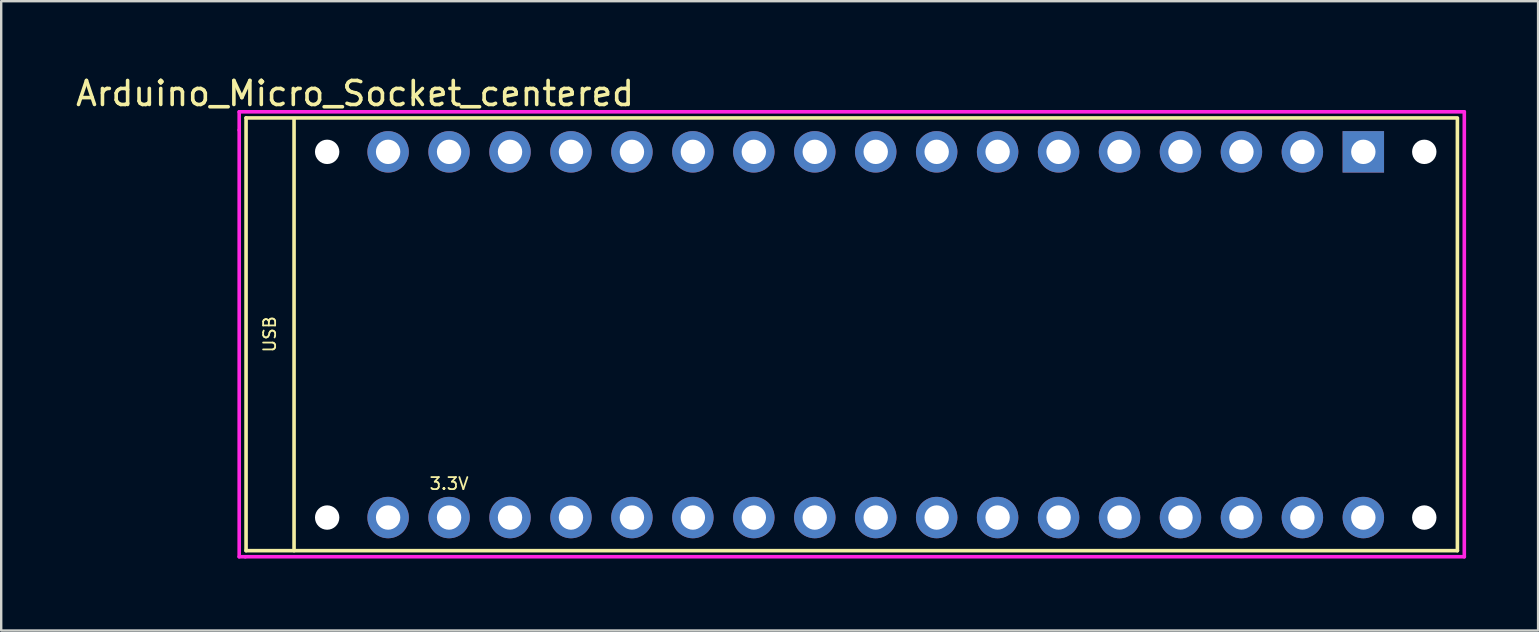
<source format=kicad_pcb>
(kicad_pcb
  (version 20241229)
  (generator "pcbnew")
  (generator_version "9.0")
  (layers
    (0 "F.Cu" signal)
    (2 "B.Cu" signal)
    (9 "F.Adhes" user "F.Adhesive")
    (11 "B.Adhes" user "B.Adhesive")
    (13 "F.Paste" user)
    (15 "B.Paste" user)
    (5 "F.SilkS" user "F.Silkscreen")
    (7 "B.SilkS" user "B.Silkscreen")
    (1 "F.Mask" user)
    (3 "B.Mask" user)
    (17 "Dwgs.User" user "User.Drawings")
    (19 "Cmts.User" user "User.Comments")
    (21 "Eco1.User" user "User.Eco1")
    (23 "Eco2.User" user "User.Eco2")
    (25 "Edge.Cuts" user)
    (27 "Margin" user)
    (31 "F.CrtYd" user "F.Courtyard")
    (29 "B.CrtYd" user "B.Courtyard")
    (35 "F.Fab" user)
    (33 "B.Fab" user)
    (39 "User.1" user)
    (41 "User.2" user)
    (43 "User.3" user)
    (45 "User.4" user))
  (footprint "Arduino_Micro_Socket_centered"
    (layer "F.Cu")
    (at 33.436 10.894)
    (property "Reference" "Arduino_Micro_Socket_centered" (at -21.692 -10.046 0) (layer "F.SilkS") (effects (font (size 1 1) (thickness 0.15))))
    (attr through_hole)
    (fp_line (start -26.232 -9.03) (end -26.232 9.004) (stroke (width 0.15) (type solid)) (layer "F.SilkS"))
    (fp_line (start -26.232 -9.03) (end 24.248 -9.03) (stroke (width 0.15) (type solid)) (layer "F.SilkS"))
    (fp_line (start -26.232 9.004) (end 24.248 9.004) (stroke (width 0.15) (type solid)) (layer "F.SilkS"))
    (fp_line (start -24.232 -8.996) (end -24.232 9.004) (stroke (width 0.15) (type solid)) (layer "F.SilkS"))
    (fp_line (start 24.248 -8.996) (end 24.248 9.004) (stroke (width 0.15) (type solid)) (layer "F.SilkS"))
    (fp_line (start -26.518 -9.284) (end 24.536 -9.284) (stroke (width 0.15) (type solid)) (layer "F.CrtYd"))
    (fp_line (start -26.518 -8.522) (end -26.518 -9.284) (stroke (width 0.15) (type solid)) (layer "F.CrtYd"))
    (fp_line (start -26.518 9.258) (end -26.518 -8.522) (stroke (width 0.15) (type solid)) (layer "F.CrtYd"))
    (fp_line (start -26.264 9.258) (end -26.518 9.258) (stroke (width 0.15) (type solid)) (layer "F.CrtYd"))
    (fp_line (start 24.536 -9.284) (end 24.536 9.258) (stroke (width 0.15) (type solid)) (layer "F.CrtYd"))
    (fp_line (start 24.536 9.258) (end -26.264 9.258) (stroke (width 0.15) (type solid)) (layer "F.CrtYd"))
    (fp_text user "USB" (at -25.248 -0.013 90) (layer "F.SilkS") (effects (font (size 0.5 0.5) (thickness 0.075))))
    (fp_text user "3.3V" (at -17.772 6.21 0) (layer "F.SilkS") (effects (font (size 0.5 0.5) (thickness 0.075))))
    (pad "" np_thru_hole circle (at -22.852 -7.616) (size 1.016 1.016) (drill 1.016) (layers "*.Cu" "*.Mask"))
    (pad "" np_thru_hole circle (at -22.852 7.624) (size 1.016 1.016) (drill 1.016) (layers "*.Cu" "*.Mask"))
    (pad "" thru_hole oval (at 2.548 7.624) (size 1.727 1.727) (drill 1.016) (layers "*.Cu" "*.Mask"))
    (pad "" thru_hole oval (at 5.088 7.624) (size 1.727 1.727) (drill 1.016) (layers "*.Cu" "*.Mask"))
    (pad "" np_thru_hole circle (at 22.868 -7.616) (size 1.016 1.016) (drill 1.016) (layers "*.Cu" "*.Mask"))
    (pad "" np_thru_hole circle (at 22.868 7.624) (size 1.016 1.016) (drill 1.016) (layers "*.Cu" "*.Mask"))
    (pad "3V3" thru_hole oval (at -17.772 7.624) (size 1.727 1.727) (drill 1.016) (layers "*.Cu" "*.Mask"))
    (pad "5V" thru_hole oval (at 7.628 7.624) (size 1.727 1.727) (drill 1.016) (layers "*.Cu" "*.Mask"))
    (pad "A0" thru_hole oval (at -12.692 7.624) (size 1.727 1.727) (drill 1.016) (layers "*.Cu" "*.Mask"))
    (pad "A1" thru_hole oval (at -10.152 7.624) (size 1.727 1.727) (drill 1.016) (layers "*.Cu" "*.Mask"))
    (pad "A2" thru_hole oval (at -7.612 7.624) (size 1.727 1.727) (drill 1.016) (layers "*.Cu" "*.Mask"))
    (pad "A3" thru_hole oval (at -5.072 7.624) (size 1.727 1.727) (drill 1.016) (layers "*.Cu" "*.Mask"))
    (pad "A4" thru_hole oval (at -2.532 7.624) (size 1.727 1.727) (drill 1.016) (layers "*.Cu" "*.Mask"))
    (pad "A5" thru_hole oval (at 0.008 7.624) (size 1.727 1.727) (drill 1.016) (layers "*.Cu" "*.Mask"))
    (pad "AREF" thru_hole oval (at -15.232 7.624) (size 1.727 1.727) (drill 1.016) (layers "*.Cu" "*.Mask"))
    (pad "D0" thru_hole oval (at 12.708 -7.616) (size 1.727 1.727) (drill 1.016) (layers "*.Cu" "*.Mask"))
    (pad "D1" thru_hole oval (at 15.248 -7.616) (size 1.727 1.727) (drill 1.016) (layers "*.Cu" "*.Mask"))
    (pad "D2" thru_hole oval (at 5.088 -7.616) (size 1.727 1.727) (drill 1.016) (layers "*.Cu" "*.Mask"))
    (pad "D3" thru_hole oval (at 2.548 -7.616) (size 1.727 1.727) (drill 1.016) (layers "*.Cu" "*.Mask"))
    (pad "D4" thru_hole oval (at 0.008 -7.616) (size 1.727 1.727) (drill 1.016) (layers "*.Cu" "*.Mask"))
    (pad "D5" thru_hole oval (at -2.532 -7.616) (size 1.727 1.727) (drill 1.016) (layers "*.Cu" "*.Mask"))
    (pad "D6" thru_hole oval (at -5.072 -7.616) (size 1.727 1.727) (drill 1.016) (layers "*.Cu" "*.Mask"))
    (pad "D7" thru_hole oval (at -7.612 -7.616) (size 1.727 1.727) (drill 1.016) (layers "*.Cu" "*.Mask"))
    (pad "D8" thru_hole oval (at -10.152 -7.616) (size 1.727 1.727) (drill 1.016) (layers "*.Cu" "*.Mask"))
    (pad "D9" thru_hole oval (at -12.692 -7.616) (size 1.727 1.727) (drill 1.016) (layers "*.Cu" "*.Mask"))
    (pad "D10" thru_hole oval (at -15.232 -7.616) (size 1.727 1.727) (drill 1.016) (layers "*.Cu" "*.Mask"))
    (pad "D11" thru_hole oval (at -17.772 -7.616) (size 1.727 1.727) (drill 1.016) (layers "*.Cu" "*.Mask"))
    (pad "D12" thru_hole oval (at -20.312 -7.616) (size 1.727 1.727) (drill 1.016) (layers "*.Cu" "*.Mask"))
    (pad "D13" thru_hole oval (at -20.312 7.624) (size 1.727 1.727) (drill 1.016) (layers "*.Cu" "*.Mask"))
    (pad "GND1" thru_hole oval (at 12.708 7.624) (size 1.727 1.727) (drill 1.016) (layers "*.Cu" "*.Mask"))
    (pad "GND2" thru_hole oval (at 7.628 -7.616) (size 1.727 1.727) (drill 1.016) (layers "*.Cu" "*.Mask"))
    (pad "MISO" thru_hole oval (at 17.788 7.624) (size 1.727 1.727) (drill 1.016) (layers "*.Cu" "*.Mask"))
    (pad "MOSI" thru_hole rect (at 20.328 -7.616) (size 1.727 1.727) (drill 1.016) (layers "*.Cu" "*.Mask"))
    (pad "RST1" thru_hole oval (at 10.168 7.624) (size 1.727 1.727) (drill 1.016) (layers "*.Cu" "*.Mask"))
    (pad "RST2" thru_hole oval (at 10.168 -7.616) (size 1.727 1.727) (drill 1.016) (layers "*.Cu" "*.Mask"))
    (pad "SCK" thru_hole oval (at 20.328 7.624) (size 1.727 1.727) (drill 1.016) (layers "*.Cu" "*.Mask"))
    (pad "SS" thru_hole oval (at 17.788 -7.616) (size 1.727 1.727) (drill 1.016) (layers "*.Cu" "*.Mask"))
    (pad "VIN" thru_hole oval (at 15.248 7.624) (size 1.727 1.727) (drill 1.016) (layers "*.Cu" "*.Mask")))
  (gr_rect
    (start -3 -3)
    (end 61.047 23.227)
    (stroke (width 0.1) (type default))
    (fill no)
    (layer "Edge.Cuts")))
</source>
